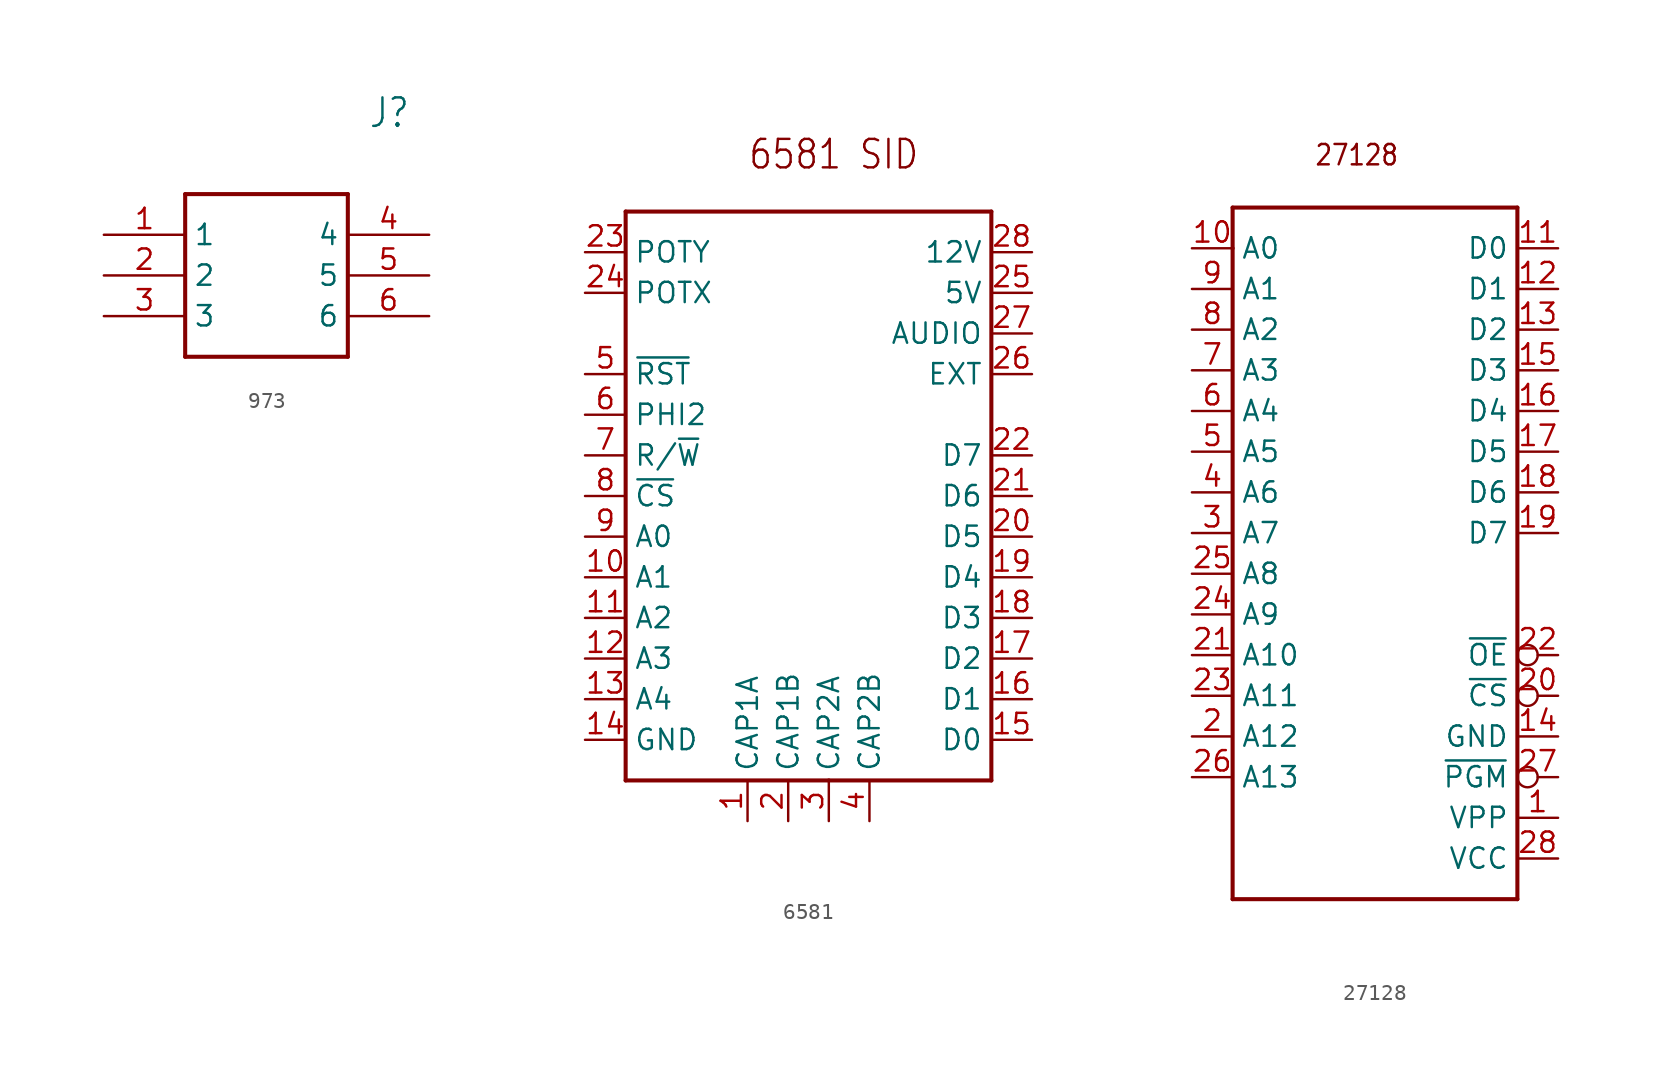
<source format=kicad_sym>
(kicad_symbol_lib
  (version 20231120)
  (generator "kicad_symbol_editor")
  (generator_version "8.0")
  (symbol "973"
    (property "Reference" "J"
      (at 16.51 7.62 0)
      (effects (font (size 1.778 1.511)) (justify left)))
    (property "Value" ""
      (at 16.51 5.08 0)
      (effects (font (size 1.778 1.511)) (justify left)))
    (property "ki_locked" ""
      (at 0 0 0)
      (effects (font (size 1.27 1.27))))
    (symbol "973_1_0"
      (polyline (pts (xy 5.08 2.54) (xy 5.08 -7.62)) (stroke (width 0.254) (type solid)) (fill (type none)))
      (polyline (pts (xy 5.08 2.54) (xy 15.24 2.54)) (stroke (width 0.254) (type solid)) (fill (type none)))
      (polyline (pts (xy 15.24 -7.62) (xy 5.08 -7.62)) (stroke (width 0.254) (type solid)) (fill (type none)))
      (polyline (pts (xy 15.24 -7.62) (xy 15.24 2.54)) (stroke (width 0.254) (type solid)) (fill (type none)))
      (pin bidirectional line (at 0 0 0) (length 5.08) (name "1" (effects (font (size 1.27 1.27)))) (number "1" (effects (font (size 1.27 1.27)))))
      (pin bidirectional line (at 0 -2.54 0) (length 5.08) (name "2" (effects (font (size 1.27 1.27)))) (number "2" (effects (font (size 1.27 1.27)))))
      (pin bidirectional line (at 0 -5.08 0) (length 5.08) (name "3" (effects (font (size 1.27 1.27)))) (number "3" (effects (font (size 1.27 1.27)))))
      (pin bidirectional line (at 20.32 0 180) (length 5.08) (name "4" (effects (font (size 1.27 1.27)))) (number "4" (effects (font (size 1.27 1.27)))))
      (pin bidirectional line (at 20.32 -2.54 180) (length 5.08) (name "5" (effects (font (size 1.27 1.27)))) (number "5" (effects (font (size 1.27 1.27)))))
      (pin bidirectional line (at 20.32 -5.08 180) (length 5.08) (name "6" (effects (font (size 1.27 1.27)))) (number "6" (effects (font (size 1.27 1.27)))))))
  (symbol "6581"
    (property "Reference" ""
      (at 0 0 0)
      (effects (font (size 1.27 1.27)) (hide yes)))
    (property "ki_locked" ""
      (at 0 0 0)
      (effects (font (size 1.27 1.27))))
    (symbol "6581_1_0"
      (polyline (pts (xy -15.24 -12.7) (xy -2.54 -12.7)) (stroke (width 0.254) (type solid)) (fill (type none)))
      (polyline (pts (xy -15.24 22.86) (xy -15.24 -12.7)) (stroke (width 0.254) (type solid)) (fill (type none)))
      (polyline (pts (xy -2.54 -12.7) (xy 7.62 -12.7)) (stroke (width 0.254) (type solid)) (fill (type none)))
      (polyline (pts (xy 7.62 -12.7) (xy 7.62 22.86)) (stroke (width 0.254) (type solid)) (fill (type none)))
      (polyline (pts (xy 7.62 22.86) (xy -15.24 22.86)) (stroke (width 0.254) (type solid)) (fill (type none)))
      (text "6581 SID" (at -7.62 25.4 0) (effects (font (size 1.778 1.511)) (justify left bottom)))
      (pin bidirectional line (at -7.62 -15.24 90) (length 2.54) (name "CAP1A" (effects (font (size 1.27 1.27)))) (number "1" (effects (font (size 1.27 1.27)))))
      (pin bidirectional line (at -17.78 0 0) (length 2.54) (name "A1" (effects (font (size 1.27 1.27)))) (number "10" (effects (font (size 1.27 1.27)))))
      (pin bidirectional line (at -17.78 -2.54 0) (length 2.54) (name "A2" (effects (font (size 1.27 1.27)))) (number "11" (effects (font (size 1.27 1.27)))))
      (pin bidirectional line (at -17.78 -5.08 0) (length 2.54) (name "A3" (effects (font (size 1.27 1.27)))) (number "12" (effects (font (size 1.27 1.27)))))
      (pin bidirectional line (at -17.78 -7.62 0) (length 2.54) (name "A4" (effects (font (size 1.27 1.27)))) (number "13" (effects (font (size 1.27 1.27)))))
      (pin bidirectional line (at -17.78 -10.16 0) (length 2.54) (name "GND" (effects (font (size 1.27 1.27)))) (number "14" (effects (font (size 1.27 1.27)))))
      (pin bidirectional line (at 10.16 -10.16 180) (length 2.54) (name "D0" (effects (font (size 1.27 1.27)))) (number "15" (effects (font (size 1.27 1.27)))))
      (pin bidirectional line (at 10.16 -7.62 180) (length 2.54) (name "D1" (effects (font (size 1.27 1.27)))) (number "16" (effects (font (size 1.27 1.27)))))
      (pin bidirectional line (at 10.16 -5.08 180) (length 2.54) (name "D2" (effects (font (size 1.27 1.27)))) (number "17" (effects (font (size 1.27 1.27)))))
      (pin bidirectional line (at 10.16 -2.54 180) (length 2.54) (name "D3" (effects (font (size 1.27 1.27)))) (number "18" (effects (font (size 1.27 1.27)))))
      (pin bidirectional line (at 10.16 0 180) (length 2.54) (name "D4" (effects (font (size 1.27 1.27)))) (number "19" (effects (font (size 1.27 1.27)))))
      (pin bidirectional line (at -5.08 -15.24 90) (length 2.54) (name "CAP1B" (effects (font (size 1.27 1.27)))) (number "2" (effects (font (size 1.27 1.27)))))
      (pin bidirectional line (at 10.16 2.54 180) (length 2.54) (name "D5" (effects (font (size 1.27 1.27)))) (number "20" (effects (font (size 1.27 1.27)))))
      (pin bidirectional line (at 10.16 5.08 180) (length 2.54) (name "D6" (effects (font (size 1.27 1.27)))) (number "21" (effects (font (size 1.27 1.27)))))
      (pin bidirectional line (at 10.16 7.62 180) (length 2.54) (name "D7" (effects (font (size 1.27 1.27)))) (number "22" (effects (font (size 1.27 1.27)))))
      (pin bidirectional line (at -17.78 20.32 0) (length 2.54) (name "POTY" (effects (font (size 1.27 1.27)))) (number "23" (effects (font (size 1.27 1.27)))))
      (pin bidirectional line (at -17.78 17.78 0) (length 2.54) (name "POTX" (effects (font (size 1.27 1.27)))) (number "24" (effects (font (size 1.27 1.27)))))
      (pin bidirectional line (at 10.16 17.78 180) (length 2.54) (name "5V" (effects (font (size 1.27 1.27)))) (number "25" (effects (font (size 1.27 1.27)))))
      (pin bidirectional line (at 10.16 12.7 180) (length 2.54) (name "EXT" (effects (font (size 1.27 1.27)))) (number "26" (effects (font (size 1.27 1.27)))))
      (pin bidirectional line (at 10.16 15.24 180) (length 2.54) (name "AUDIO" (effects (font (size 1.27 1.27)))) (number "27" (effects (font (size 1.27 1.27)))))
      (pin bidirectional line (at 10.16 20.32 180) (length 2.54) (name "12V" (effects (font (size 1.27 1.27)))) (number "28" (effects (font (size 1.27 1.27)))))
      (pin bidirectional line (at -2.54 -15.24 90) (length 2.54) (name "CAP2A" (effects (font (size 1.27 1.27)))) (number "3" (effects (font (size 1.27 1.27)))))
      (pin bidirectional line (at 0 -15.24 90) (length 2.54) (name "CAP2B" (effects (font (size 1.27 1.27)))) (number "4" (effects (font (size 1.27 1.27)))))
      (pin bidirectional line (at -17.78 12.7 0) (length 2.54) (name "~{RST}" (effects (font (size 1.27 1.27)))) (number "5" (effects (font (size 1.27 1.27)))))
      (pin bidirectional line (at -17.78 10.16 0) (length 2.54) (name "PHI2" (effects (font (size 1.27 1.27)))) (number "6" (effects (font (size 1.27 1.27)))))
      (pin bidirectional line (at -17.78 7.62 0) (length 2.54) (name "R/~{W}" (effects (font (size 1.27 1.27)))) (number "7" (effects (font (size 1.27 1.27)))))
      (pin bidirectional line (at -17.78 5.08 0) (length 2.54) (name "~{CS}" (effects (font (size 1.27 1.27)))) (number "8" (effects (font (size 1.27 1.27)))))
      (pin bidirectional line (at -17.78 2.54 0) (length 2.54) (name "A0" (effects (font (size 1.27 1.27)))) (number "9" (effects (font (size 1.27 1.27)))))))
  (symbol "27128"
    (property "Reference" ""
      (at 0 0 0)
      (effects (font (size 1.27 1.27)) (hide yes)))
    (property "ki_locked" ""
      (at 0 0 0)
      (effects (font (size 1.27 1.27))))
    (symbol "27128_1_0"
      (polyline (pts (xy -7.62 -25.4) (xy -7.62 15.24)) (stroke (width 0.254) (type solid)) (fill (type none)))
      (polyline (pts (xy -7.62 15.24) (xy -7.62 17.78)) (stroke (width 0.254) (type solid)) (fill (type none)))
      (polyline (pts (xy -7.62 17.78) (xy 10.16 17.78)) (stroke (width 0.254) (type solid)) (fill (type none)))
      (polyline (pts (xy 10.16 -25.4) (xy -7.62 -25.4)) (stroke (width 0.254) (type solid)) (fill (type none)))
      (polyline (pts (xy 10.16 17.78) (xy 10.16 -25.4)) (stroke (width 0.254) (type solid)) (fill (type none)))
      (text "27128" (at -2.54 20.32 0) (effects (font (size 1.27 1.079)) (justify left bottom)))
      (pin bidirectional line (at 12.7 -20.32 180) (length 2.54) (name "VPP" (effects (font (size 1.27 1.27)))) (number "1" (effects (font (size 1.27 1.27)))))
      (pin bidirectional line (at -10.16 15.24 0) (length 2.54) (name "A0" (effects (font (size 1.27 1.27)))) (number "10" (effects (font (size 1.27 1.27)))))
      (pin bidirectional line (at 12.7 15.24 180) (length 2.54) (name "D0" (effects (font (size 1.27 1.27)))) (number "11" (effects (font (size 1.27 1.27)))))
      (pin bidirectional line (at 12.7 12.7 180) (length 2.54) (name "D1" (effects (font (size 1.27 1.27)))) (number "12" (effects (font (size 1.27 1.27)))))
      (pin bidirectional line (at 12.7 10.16 180) (length 2.54) (name "D2" (effects (font (size 1.27 1.27)))) (number "13" (effects (font (size 1.27 1.27)))))
      (pin bidirectional line (at 12.7 -15.24 180) (length 2.54) (name "GND" (effects (font (size 1.27 1.27)))) (number "14" (effects (font (size 1.27 1.27)))))
      (pin bidirectional line (at 12.7 7.62 180) (length 2.54) (name "D3" (effects (font (size 1.27 1.27)))) (number "15" (effects (font (size 1.27 1.27)))))
      (pin bidirectional line (at 12.7 5.08 180) (length 2.54) (name "D4" (effects (font (size 1.27 1.27)))) (number "16" (effects (font (size 1.27 1.27)))))
      (pin bidirectional line (at 12.7 2.54 180) (length 2.54) (name "D5" (effects (font (size 1.27 1.27)))) (number "17" (effects (font (size 1.27 1.27)))))
      (pin bidirectional line (at 12.7 0 180) (length 2.54) (name "D6" (effects (font (size 1.27 1.27)))) (number "18" (effects (font (size 1.27 1.27)))))
      (pin bidirectional line (at 12.7 -2.54 180) (length 2.54) (name "D7" (effects (font (size 1.27 1.27)))) (number "19" (effects (font (size 1.27 1.27)))))
      (pin bidirectional line (at -10.16 -15.24 0) (length 2.54) (name "A12" (effects (font (size 1.27 1.27)))) (number "2" (effects (font (size 1.27 1.27)))))
      (pin bidirectional inverted (at 12.7 -12.7 180) (length 2.54) (name "~{CS}" (effects (font (size 1.27 1.27)))) (number "20" (effects (font (size 1.27 1.27)))))
      (pin bidirectional line (at -10.16 -10.16 0) (length 2.54) (name "A10" (effects (font (size 1.27 1.27)))) (number "21" (effects (font (size 1.27 1.27)))))
      (pin bidirectional inverted (at 12.7 -10.16 180) (length 2.54) (name "~{OE}" (effects (font (size 1.27 1.27)))) (number "22" (effects (font (size 1.27 1.27)))))
      (pin bidirectional line (at -10.16 -12.7 0) (length 2.54) (name "A11" (effects (font (size 1.27 1.27)))) (number "23" (effects (font (size 1.27 1.27)))))
      (pin bidirectional line (at -10.16 -7.62 0) (length 2.54) (name "A9" (effects (font (size 1.27 1.27)))) (number "24" (effects (font (size 1.27 1.27)))))
      (pin bidirectional line (at -10.16 -5.08 0) (length 2.54) (name "A8" (effects (font (size 1.27 1.27)))) (number "25" (effects (font (size 1.27 1.27)))))
      (pin bidirectional line (at -10.16 -17.78 0) (length 2.54) (name "A13" (effects (font (size 1.27 1.27)))) (number "26" (effects (font (size 1.27 1.27)))))
      (pin bidirectional inverted (at 12.7 -17.78 180) (length 2.54) (name "~{PGM}" (effects (font (size 1.27 1.27)))) (number "27" (effects (font (size 1.27 1.27)))))
      (pin bidirectional line (at 12.7 -22.86 180) (length 2.54) (name "VCC" (effects (font (size 1.27 1.27)))) (number "28" (effects (font (size 1.27 1.27)))))
      (pin bidirectional line (at -10.16 -2.54 0) (length 2.54) (name "A7" (effects (font (size 1.27 1.27)))) (number "3" (effects (font (size 1.27 1.27)))))
      (pin bidirectional line (at -10.16 0 0) (length 2.54) (name "A6" (effects (font (size 1.27 1.27)))) (number "4" (effects (font (size 1.27 1.27)))))
      (pin bidirectional line (at -10.16 2.54 0) (length 2.54) (name "A5" (effects (font (size 1.27 1.27)))) (number "5" (effects (font (size 1.27 1.27)))))
      (pin bidirectional line (at -10.16 5.08 0) (length 2.54) (name "A4" (effects (font (size 1.27 1.27)))) (number "6" (effects (font (size 1.27 1.27)))))
      (pin bidirectional line (at -10.16 7.62 0) (length 2.54) (name "A3" (effects (font (size 1.27 1.27)))) (number "7" (effects (font (size 1.27 1.27)))))
      (pin bidirectional line (at -10.16 10.16 0) (length 2.54) (name "A2" (effects (font (size 1.27 1.27)))) (number "8" (effects (font (size 1.27 1.27)))))
      (pin bidirectional line (at -10.16 12.7 0) (length 2.54) (name "A1" (effects (font (size 1.27 1.27)))) (number "9" (effects (font (size 1.27 1.27))))))))
</source>
